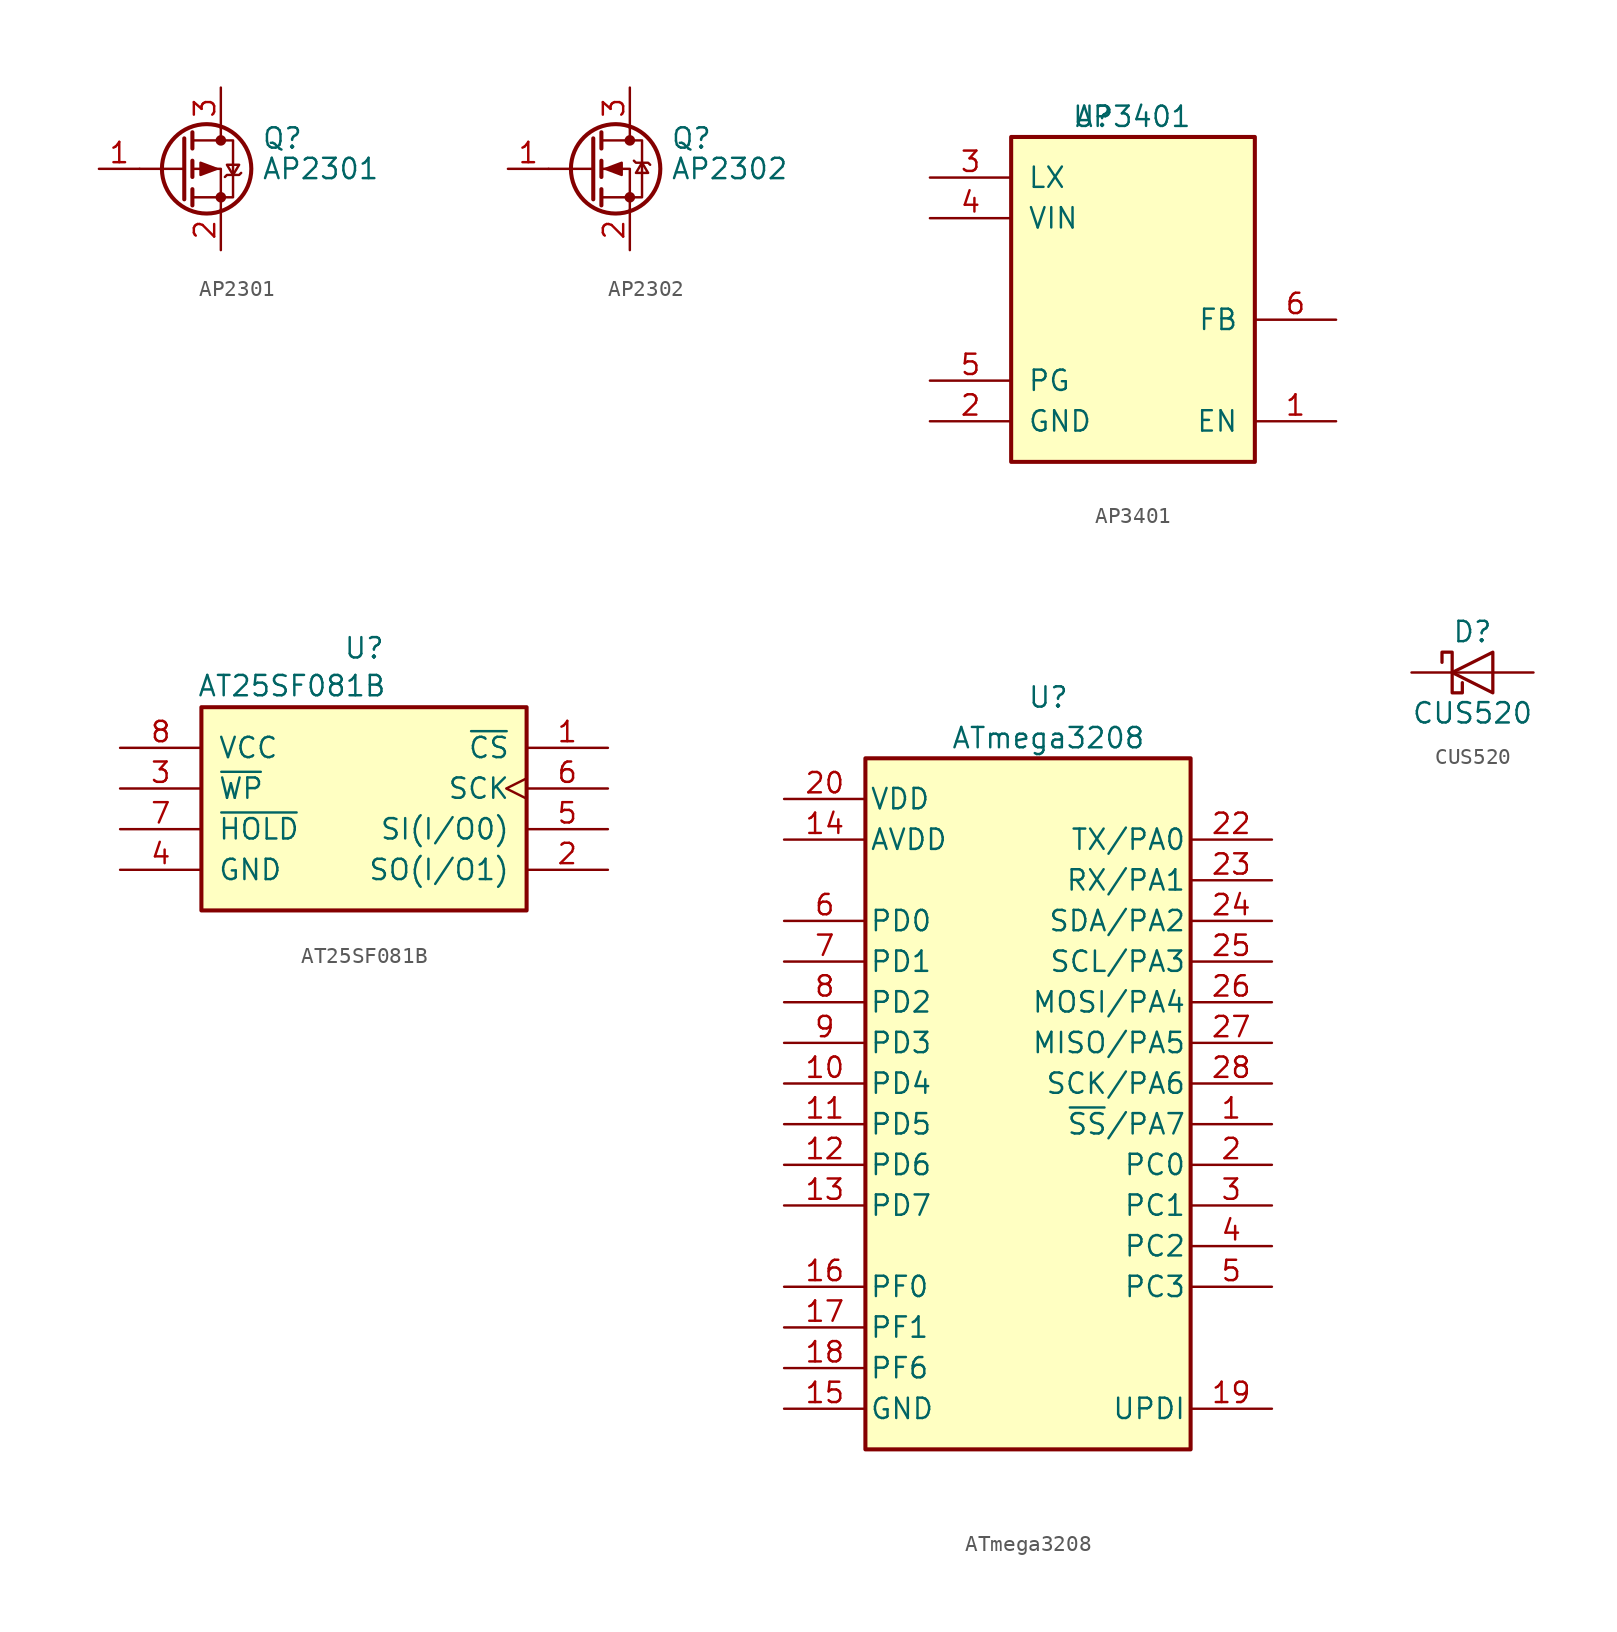
<source format=kicad_sym>
(kicad_symbol_lib
  (version 20211014)
  (generator kicad_symbol_editor)
  (symbol "AP2301"
    (pin_names hide)
    (property "Reference" "Q"
      (at 5.08 1.905 0)
      (effects (font (size 1.27 1.27)) (justify left)))
    (property "Value" "AP2301"
      (at 5.08 0 0)
      (effects (font (size 1.27 1.27)) (justify left)))
    (symbol "AP2301_0_1"
      (polyline (pts (xy 0.254 0) (xy -2.54 0)) (stroke (width 0) (type default) (color 0 0 0 0)) (fill (type none)))
      (polyline (pts (xy 0.254 1.905) (xy 0.254 -1.905)) (stroke (width 0.254) (type default) (color 0 0 0 0)) (fill (type none)))
      (polyline (pts (xy 0.762 -1.27) (xy 0.762 -2.286)) (stroke (width 0.254) (type default) (color 0 0 0 0)) (fill (type none)))
      (polyline (pts (xy 0.762 0.508) (xy 0.762 -0.508)) (stroke (width 0.254) (type default) (color 0 0 0 0)) (fill (type none)))
      (polyline (pts (xy 0.762 2.286) (xy 0.762 1.27)) (stroke (width 0.254) (type default) (color 0 0 0 0)) (fill (type none)))
      (polyline (pts (xy 2.54 2.54) (xy 2.54 1.778)) (stroke (width 0) (type default) (color 0 0 0 0)) (fill (type none)))
      (polyline (pts (xy 2.54 -2.54) (xy 2.54 0) (xy 0.762 0)) (stroke (width 0) (type default) (color 0 0 0 0)) (fill (type none)))
      (polyline (pts (xy 0.762 1.778) (xy 3.302 1.778) (xy 3.302 -1.778) (xy 0.762 -1.778)) (stroke (width 0) (type default) (color 0 0 0 0)) (fill (type none)))
      (polyline (pts (xy 2.286 0) (xy 1.27 0.381) (xy 1.27 -0.381) (xy 2.286 0)) (stroke (width 0) (type default) (color 0 0 0 0)) (fill (type outline)))
      (polyline (pts (xy 2.794 -0.508) (xy 2.921 -0.381) (xy 3.683 -0.381) (xy 3.81 -0.254)) (stroke (width 0) (type default) (color 0 0 0 0)) (fill (type none)))
      (polyline (pts (xy 3.302 -0.381) (xy 2.921 0.254) (xy 3.683 0.254) (xy 3.302 -0.381)) (stroke (width 0) (type default) (color 0 0 0 0)) (fill (type none)))
      (circle (center 1.651 0) (radius 2.794) (stroke (width 0.254) (type default) (color 0 0 0 0)) (fill (type none)))
      (circle (center 2.54 -1.778) (radius 0.254) (stroke (width 0) (type default) (color 0 0 0 0)) (fill (type outline)))
      (circle (center 2.54 1.778) (radius 0.254) (stroke (width 0) (type default) (color 0 0 0 0)) (fill (type outline))))
    (symbol "AP2301_1_1"
      (pin input line (at -5.08 0 0) (length 2.54) (name "G" (effects (font (size 1.27 1.27)))) (number "1" (effects (font (size 1.27 1.27)))))
      (pin passive line (at 2.54 -5.08 90) (length 2.54) (name "S" (effects (font (size 1.27 1.27)))) (number "2" (effects (font (size 1.27 1.27)))))
      (pin passive line (at 2.54 5.08 270) (length 2.54) (name "D" (effects (font (size 1.27 1.27)))) (number "3" (effects (font (size 1.27 1.27)))))))
  (symbol "AP2302"
    (pin_names hide)
    (property "Reference" "Q"
      (at 5.08 1.905 0)
      (effects (font (size 1.27 1.27)) (justify left)))
    (property "Value" "AP2302"
      (at 5.08 0 0)
      (effects (font (size 1.27 1.27)) (justify left)))
    (symbol "AP2302_0_1"
      (polyline (pts (xy 0.254 0) (xy -2.54 0)) (stroke (width 0) (type default) (color 0 0 0 0)) (fill (type none)))
      (polyline (pts (xy 0.254 1.905) (xy 0.254 -1.905)) (stroke (width 0.254) (type default) (color 0 0 0 0)) (fill (type none)))
      (polyline (pts (xy 0.762 -1.27) (xy 0.762 -2.286)) (stroke (width 0.254) (type default) (color 0 0 0 0)) (fill (type none)))
      (polyline (pts (xy 0.762 0.508) (xy 0.762 -0.508)) (stroke (width 0.254) (type default) (color 0 0 0 0)) (fill (type none)))
      (polyline (pts (xy 0.762 2.286) (xy 0.762 1.27)) (stroke (width 0.254) (type default) (color 0 0 0 0)) (fill (type none)))
      (polyline (pts (xy 2.54 2.54) (xy 2.54 1.778)) (stroke (width 0) (type default) (color 0 0 0 0)) (fill (type none)))
      (polyline (pts (xy 2.54 -2.54) (xy 2.54 0) (xy 0.762 0)) (stroke (width 0) (type default) (color 0 0 0 0)) (fill (type none)))
      (polyline (pts (xy 0.762 -1.778) (xy 3.302 -1.778) (xy 3.302 1.778) (xy 0.762 1.778)) (stroke (width 0) (type default) (color 0 0 0 0)) (fill (type none)))
      (polyline (pts (xy 1.016 0) (xy 2.032 0.381) (xy 2.032 -0.381) (xy 1.016 0)) (stroke (width 0) (type default) (color 0 0 0 0)) (fill (type outline)))
      (polyline (pts (xy 2.794 0.508) (xy 2.921 0.381) (xy 3.683 0.381) (xy 3.81 0.254)) (stroke (width 0) (type default) (color 0 0 0 0)) (fill (type none)))
      (polyline (pts (xy 3.302 0.381) (xy 2.921 -0.254) (xy 3.683 -0.254) (xy 3.302 0.381)) (stroke (width 0) (type default) (color 0 0 0 0)) (fill (type none)))
      (circle (center 1.651 0) (radius 2.794) (stroke (width 0.254) (type default) (color 0 0 0 0)) (fill (type none)))
      (circle (center 2.54 -1.778) (radius 0.254) (stroke (width 0) (type default) (color 0 0 0 0)) (fill (type outline)))
      (circle (center 2.54 1.778) (radius 0.254) (stroke (width 0) (type default) (color 0 0 0 0)) (fill (type outline))))
    (symbol "AP2302_1_1"
      (pin input line (at -5.08 0 0) (length 2.54) (name "G" (effects (font (size 1.27 1.27)))) (number "1" (effects (font (size 1.27 1.27)))))
      (pin passive line (at 2.54 -5.08 90) (length 2.54) (name "S" (effects (font (size 1.27 1.27)))) (number "2" (effects (font (size 1.27 1.27)))))
      (pin passive line (at 2.54 5.08 270) (length 2.54) (name "D" (effects (font (size 1.27 1.27)))) (number "3" (effects (font (size 1.27 1.27)))))))
  (symbol "AP3401"
    (pin_names
      (offset 1.016))
    (property "Reference" "U"
      (at 0 0 0)
      (effects (font (size 1.27 1.27))))
    (property "Value" "AP3401"
      (at 2.54 0 0)
      (effects (font (size 1.27 1.27))))
    (symbol "AP3401_0_1"
      (rectangle (start -5.08 -1.27) (end 10.16 -21.59) (stroke (width 0.254) (type default) (color 0 0 0 0)) (fill (type background))))
    (symbol "AP3401_1_1"
      (pin input line (at 15.24 -19.05 180) (length 5.08) (name "EN" (effects (font (size 1.27 1.27)))) (number "1" (effects (font (size 1.27 1.27)))))
      (pin power_in line (at -10.16 -19.05 0) (length 5.08) (name "GND" (effects (font (size 1.27 1.27)))) (number "2" (effects (font (size 1.27 1.27)))))
      (pin power_out line (at -10.16 -3.81 0) (length 5.08) (name "LX" (effects (font (size 1.27 1.27)))) (number "3" (effects (font (size 1.27 1.27)))))
      (pin power_in line (at -10.16 -6.35 0) (length 5.08) (name "VIN" (effects (font (size 1.27 1.27)))) (number "4" (effects (font (size 1.27 1.27)))))
      (pin input line (at -10.16 -16.51 0) (length 5.08) (name "PG" (effects (font (size 1.27 1.27)))) (number "5" (effects (font (size 1.27 1.27)))))
      (pin input line (at 15.24 -12.7 180) (length 5.08) (name "FB" (effects (font (size 1.27 1.27)))) (number "6" (effects (font (size 1.27 1.27)))))))
  (symbol "AT25SF081B"
    (pin_names
      (offset 1.016))
    (property "Reference" "U"
      (at -1.295 15.646 0)
      (effects (font (size 1.27 1.27)) (justify left bottom)))
    (property "Value" "AT25SF081B"
      (at -10.439 13.284 0)
      (effects (font (size 1.27 1.27)) (justify left bottom)))
    (symbol "AT25SF081B_0_0"
      (rectangle (start -10.16 0) (end 10.16 12.7) (stroke (width 0.254) (type default) (color 0 0 0 0)) (fill (type background)))
      (pin input line (at 15.24 10.16 180) (length 5.08) (name "~{CS}" (effects (font (size 1.27 1.27)))) (number "1" (effects (font (size 1.27 1.27)))))
      (pin bidirectional line (at 15.24 2.54 180) (length 5.08) (name "SO(I/O1)" (effects (font (size 1.27 1.27)))) (number "2" (effects (font (size 1.27 1.27)))))
      (pin input line (at -15.24 7.62 0) (length 5.08) (name "~{WP}" (effects (font (size 1.27 1.27)))) (number "3" (effects (font (size 1.27 1.27)))))
      (pin power_in line (at -15.24 2.54 0) (length 5.08) (name "GND" (effects (font (size 1.27 1.27)))) (number "4" (effects (font (size 1.27 1.27)))))
      (pin bidirectional line (at 15.24 5.08 180) (length 5.08) (name "SI(I/O0)" (effects (font (size 1.27 1.27)))) (number "5" (effects (font (size 1.27 1.27)))))
      (pin input clock (at 15.24 7.62 180) (length 5.08) (name "SCK" (effects (font (size 1.27 1.27)))) (number "6" (effects (font (size 1.27 1.27)))))
      (pin input line (at -15.24 5.08 0) (length 5.08) (name "~{HOLD}" (effects (font (size 1.27 1.27)))) (number "7" (effects (font (size 1.27 1.27)))))
      (pin power_in line (at -15.24 10.16 0) (length 5.08) (name "VCC" (effects (font (size 1.27 1.27)))) (number "8" (effects (font (size 1.27 1.27)))))))
  (symbol "ATmega3208"
    (pin_names
      (offset 0.254))
    (property "Reference" "U"
      (at 19.05 6.35 0)
      (effects (font (size 1.27 1.27))))
    (property "Value" "ATmega3208"
      (at 19.05 3.81 0)
      (effects (font (size 1.27 1.27))))
    (property "Datasheet" ""
      (at 2.54 -7.62 0)
      (effects (font (size 1.524 1.524))))
    (symbol "ATmega3208_0_0"
      (pin bidirectional line (at 2.54 -17.78 0) (length 5.08) (name "PD4" (effects (font (size 1.27 1.27)))) (number "10" (effects (font (size 1.27 1.27)))))
      (pin bidirectional line (at 2.54 -20.32 0) (length 5.08) (name "PD5" (effects (font (size 1.27 1.27)))) (number "11" (effects (font (size 1.27 1.27))))))
    (symbol "ATmega3208_1_1"
      (rectangle (start 7.62 2.54) (end 27.94 -40.64) (stroke (width 0.254) (type default) (color 0 0 0 0)) (fill (type background)))
      (pin bidirectional line (at 33.02 -20.32 180) (length 5.08) (name "~{SS}/PA7" (effects (font (size 1.27 1.27)))) (number "1" (effects (font (size 1.27 1.27)))))
      (pin bidirectional line (at 2.54 -22.86 0) (length 5.08) (name "PD6" (effects (font (size 1.27 1.27)))) (number "12" (effects (font (size 1.27 1.27)))))
      (pin bidirectional line (at 2.54 -25.4 0) (length 5.08) (name "PD7" (effects (font (size 1.27 1.27)))) (number "13" (effects (font (size 1.27 1.27)))))
      (pin power_in line (at 2.54 -2.54 0) (length 5.08) (name "AVDD" (effects (font (size 1.27 1.27)))) (number "14" (effects (font (size 1.27 1.27)))))
      (pin power_in line (at 2.54 -38.1 0) (length 5.08) (name "GND" (effects (font (size 1.27 1.27)))) (number "15" (effects (font (size 1.27 1.27)))))
      (pin bidirectional line (at 2.54 -30.48 0) (length 5.08) (name "PF0" (effects (font (size 1.27 1.27)))) (number "16" (effects (font (size 1.27 1.27)))))
      (pin bidirectional line (at 2.54 -33.02 0) (length 5.08) (name "PF1" (effects (font (size 1.27 1.27)))) (number "17" (effects (font (size 1.27 1.27)))))
      (pin bidirectional line (at 2.54 -35.56 0) (length 5.08) (name "PF6" (effects (font (size 1.27 1.27)))) (number "18" (effects (font (size 1.27 1.27)))))
      (pin bidirectional line (at 33.02 -38.1 180) (length 5.08) (name "UPDI" (effects (font (size 1.27 1.27)))) (number "19" (effects (font (size 1.27 1.27)))))
      (pin bidirectional line (at 33.02 -22.86 180) (length 5.08) (name "PC0" (effects (font (size 1.27 1.27)))) (number "2" (effects (font (size 1.27 1.27)))))
      (pin power_in line (at 2.54 0 0) (length 5.08) (name "VDD" (effects (font (size 1.27 1.27)))) (number "20" (effects (font (size 1.27 1.27)))))
      (pin power_in line (at 2.54 -38.1 0) (length 5.08) hide (name "GND" (effects (font (size 1.27 1.27)))) (number "21" (effects (font (size 1.27 1.27)))))
      (pin bidirectional line (at 33.02 -2.54 180) (length 5.08) (name "TX/PA0" (effects (font (size 1.27 1.27)))) (number "22" (effects (font (size 1.27 1.27)))))
      (pin bidirectional line (at 33.02 -5.08 180) (length 5.08) (name "RX/PA1" (effects (font (size 1.27 1.27)))) (number "23" (effects (font (size 1.27 1.27)))))
      (pin bidirectional line (at 33.02 -7.62 180) (length 5.08) (name "SDA/PA2" (effects (font (size 1.27 1.27)))) (number "24" (effects (font (size 1.27 1.27)))))
      (pin bidirectional line (at 33.02 -10.16 180) (length 5.08) (name "SCL/PA3" (effects (font (size 1.27 1.27)))) (number "25" (effects (font (size 1.27 1.27)))))
      (pin bidirectional line (at 33.02 -12.7 180) (length 5.08) (name "MOSI/PA4" (effects (font (size 1.27 1.27)))) (number "26" (effects (font (size 1.27 1.27)))))
      (pin bidirectional line (at 33.02 -15.24 180) (length 5.08) (name "MISO/PA5" (effects (font (size 1.27 1.27)))) (number "27" (effects (font (size 1.27 1.27)))))
      (pin bidirectional line (at 33.02 -17.78 180) (length 5.08) (name "SCK/PA6" (effects (font (size 1.27 1.27)))) (number "28" (effects (font (size 1.27 1.27)))))
      (pin bidirectional line (at 33.02 -25.4 180) (length 5.08) (name "PC1" (effects (font (size 1.27 1.27)))) (number "3" (effects (font (size 1.27 1.27)))))
      (pin bidirectional line (at 33.02 -27.94 180) (length 5.08) (name "PC2" (effects (font (size 1.27 1.27)))) (number "4" (effects (font (size 1.27 1.27)))))
      (pin bidirectional line (at 33.02 -30.48 180) (length 5.08) (name "PC3" (effects (font (size 1.27 1.27)))) (number "5" (effects (font (size 1.27 1.27)))))
      (pin bidirectional line (at 2.54 -7.62 0) (length 5.08) (name "PD0" (effects (font (size 1.27 1.27)))) (number "6" (effects (font (size 1.27 1.27)))))
      (pin bidirectional line (at 2.54 -10.16 0) (length 5.08) (name "PD1" (effects (font (size 1.27 1.27)))) (number "7" (effects (font (size 1.27 1.27)))))
      (pin bidirectional line (at 2.54 -12.7 0) (length 5.08) (name "PD2" (effects (font (size 1.27 1.27)))) (number "8" (effects (font (size 1.27 1.27)))))
      (pin bidirectional line (at 2.54 -15.24 0) (length 5.08) (name "PD3" (effects (font (size 1.27 1.27)))) (number "9" (effects (font (size 1.27 1.27)))))))
  (symbol "CUS520"
    (pin_numbers hide)
    (pin_names
      (offset 1.016) hide)
    (property "Reference" "D"
      (at 0 2.54 0)
      (effects (font (size 1.27 1.27))))
    (property "Value" "CUS520"
      (at 0 -2.54 0)
      (effects (font (size 1.27 1.27))))
    (symbol "CUS520_0_1"
      (polyline (pts (xy 1.27 0) (xy -1.27 0)) (stroke (width 0) (type default) (color 0 0 0 0)) (fill (type none)))
      (polyline (pts (xy 1.27 1.27) (xy 1.27 -1.27) (xy -1.27 0) (xy 1.27 1.27)) (stroke (width 0.203) (type default) (color 0 0 0 0)) (fill (type none)))
      (polyline (pts (xy -1.905 0.635) (xy -1.905 1.27) (xy -1.27 1.27) (xy -1.27 -1.27) (xy -0.635 -1.27) (xy -0.635 -0.635)) (stroke (width 0.203) (type default) (color 0 0 0 0)) (fill (type none))))
    (symbol "CUS520_1_1"
      (pin passive line (at -3.81 0 0) (length 2.54) (name "C" (effects (font (size 1.27 1.27)))) (number "1" (effects (font (size 1.27 1.27)))))
      (pin passive line (at 3.81 0 180) (length 2.54) (name "A" (effects (font (size 1.27 1.27)))) (number "2" (effects (font (size 1.27 1.27))))))))
</source>
